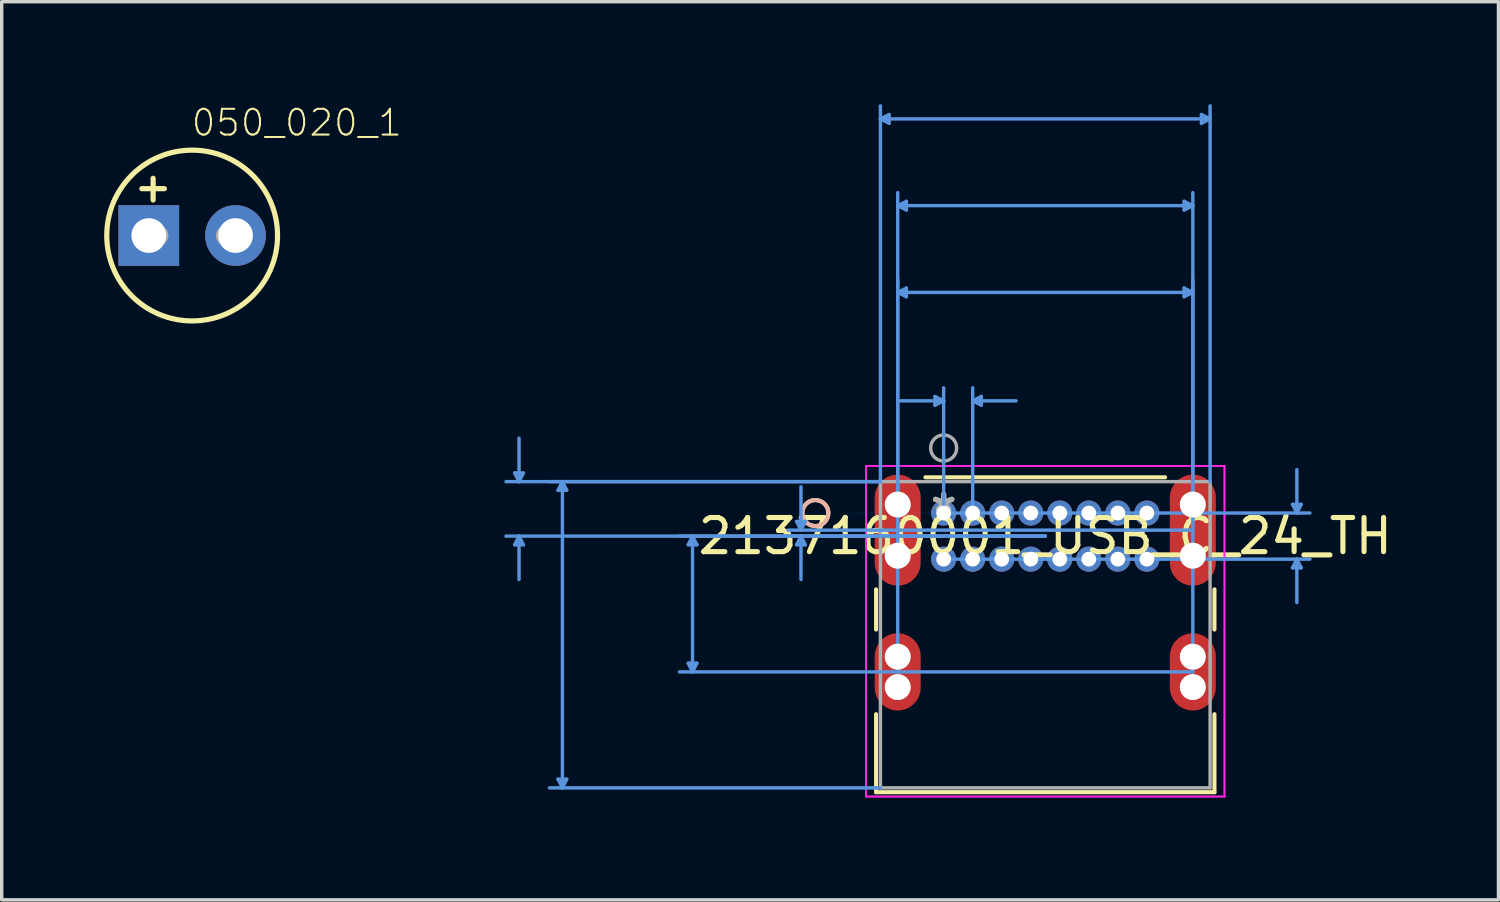
<source format=kicad_pcb>
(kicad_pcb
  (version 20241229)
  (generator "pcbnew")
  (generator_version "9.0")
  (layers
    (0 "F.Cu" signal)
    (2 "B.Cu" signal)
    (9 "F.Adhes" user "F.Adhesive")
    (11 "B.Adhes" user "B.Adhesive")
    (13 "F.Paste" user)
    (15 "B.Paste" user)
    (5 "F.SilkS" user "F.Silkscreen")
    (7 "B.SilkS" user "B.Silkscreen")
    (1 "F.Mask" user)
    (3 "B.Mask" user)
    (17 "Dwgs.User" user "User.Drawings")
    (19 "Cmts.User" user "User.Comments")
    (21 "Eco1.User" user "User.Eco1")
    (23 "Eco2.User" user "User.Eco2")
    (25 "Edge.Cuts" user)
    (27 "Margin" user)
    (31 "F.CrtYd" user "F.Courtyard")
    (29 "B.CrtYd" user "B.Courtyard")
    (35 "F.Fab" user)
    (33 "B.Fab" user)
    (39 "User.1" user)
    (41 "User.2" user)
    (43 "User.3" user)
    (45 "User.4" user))
  (footprint "2137160001_USB_C_24_TH"
    (layer "F.Cu")
    (at 24.578 11.971)
    (property "Reference" "2137160001_USB_C_24_TH" (at 2.975 0.675 0) (layer "F.SilkS") (effects (font (size 1 1) (thickness 0.15))))
    (attr through_hole)
    (fp_line (start -1.978 2.234) (end -1.978 3.411) (stroke (width 0.12) (type solid)) (layer "F.SilkS"))
    (fp_line (start -1.978 5.889) (end -1.978 8.173) (stroke (width 0.12) (type solid)) (layer "F.SilkS"))
    (fp_line (start -1.978 8.173) (end 7.928 8.173) (stroke (width 0.12) (type solid)) (layer "F.SilkS"))
    (fp_line (start 6.484 -1.047) (end -0.534 -1.047) (stroke (width 0.12) (type solid)) (layer "F.SilkS"))
    (fp_line (start 7.928 3.411) (end 7.928 2.234) (stroke (width 0.12) (type solid)) (layer "F.SilkS"))
    (fp_line (start 7.928 8.173) (end 7.928 5.889) (stroke (width 0.12) (type solid)) (layer "F.SilkS"))
    (fp_circle (center -3.756 0) (end -3.375 0) (stroke (width 0.12) (type solid)) (fill no) (layer "F.SilkS"))
    (fp_circle (center -3.756 0) (end -3.375 0) (stroke (width 0.12) (type solid)) (fill no) (layer "B.SilkS"))
    (fp_line (start -12.559 -1.174) (end -12.305 -1.174) (stroke (width 0.1) (type solid)) (layer "Cmts.User"))
    (fp_line (start -12.559 0.929) (end -12.305 0.929) (stroke (width 0.1) (type solid)) (layer "Cmts.User"))
    (fp_line (start -12.432 -0.92) (end -12.559 -1.174) (stroke (width 0.1) (type solid)) (layer "Cmts.User"))
    (fp_line (start -12.432 -0.92) (end -12.432 -2.19) (stroke (width 0.1) (type solid)) (layer "Cmts.User"))
    (fp_line (start -12.432 -0.92) (end -12.305 -1.174) (stroke (width 0.1) (type solid)) (layer "Cmts.User"))
    (fp_line (start -12.432 0.675) (end -12.559 0.929) (stroke (width 0.1) (type solid)) (layer "Cmts.User"))
    (fp_line (start -12.432 0.675) (end -12.432 1.945) (stroke (width 0.1) (type solid)) (layer "Cmts.User"))
    (fp_line (start -12.432 0.675) (end -12.305 0.929) (stroke (width 0.1) (type solid)) (layer "Cmts.User"))
    (fp_line (start -11.289 -0.666) (end -11.035 -0.666) (stroke (width 0.1) (type solid)) (layer "Cmts.User"))
    (fp_line (start -11.289 7.792) (end -11.035 7.792) (stroke (width 0.1) (type solid)) (layer "Cmts.User"))
    (fp_line (start -11.162 -0.92) (end -11.289 -0.666) (stroke (width 0.1) (type solid)) (layer "Cmts.User"))
    (fp_line (start -11.162 -0.92) (end -11.162 8.046) (stroke (width 0.1) (type solid)) (layer "Cmts.User"))
    (fp_line (start -11.162 -0.92) (end -11.035 -0.666) (stroke (width 0.1) (type solid)) (layer "Cmts.User"))
    (fp_line (start -11.162 8.046) (end -11.289 7.792) (stroke (width 0.1) (type solid)) (layer "Cmts.User"))
    (fp_line (start -11.162 8.046) (end -11.035 7.792) (stroke (width 0.1) (type solid)) (layer "Cmts.User"))
    (fp_line (start -7.479 0.929) (end -7.225 0.929) (stroke (width 0.1) (type solid)) (layer "Cmts.User"))
    (fp_line (start -7.479 4.396) (end -7.225 4.396) (stroke (width 0.1) (type solid)) (layer "Cmts.User"))
    (fp_line (start -7.352 0.675) (end -7.479 0.929) (stroke (width 0.1) (type solid)) (layer "Cmts.User"))
    (fp_line (start -7.352 0.675) (end -7.352 4.65) (stroke (width 0.1) (type solid)) (layer "Cmts.User"))
    (fp_line (start -7.352 0.675) (end -7.225 0.929) (stroke (width 0.1) (type solid)) (layer "Cmts.User"))
    (fp_line (start -7.352 4.65) (end -7.479 4.396) (stroke (width 0.1) (type solid)) (layer "Cmts.User"))
    (fp_line (start -7.352 4.65) (end -7.225 4.396) (stroke (width 0.1) (type solid)) (layer "Cmts.User"))
    (fp_line (start -4.304 0.246) (end -4.05 0.246) (stroke (width 0.1) (type solid)) (layer "Cmts.User"))
    (fp_line (start -4.304 0.929) (end -4.05 0.929) (stroke (width 0.1) (type solid)) (layer "Cmts.User"))
    (fp_line (start -4.177 0.5) (end -4.304 0.246) (stroke (width 0.1) (type solid)) (layer "Cmts.User"))
    (fp_line (start -4.177 0.5) (end -4.177 -0.77) (stroke (width 0.1) (type solid)) (layer "Cmts.User"))
    (fp_line (start -4.177 0.5) (end -4.05 0.246) (stroke (width 0.1) (type solid)) (layer "Cmts.User"))
    (fp_line (start -4.177 0.675) (end -4.304 0.929) (stroke (width 0.1) (type solid)) (layer "Cmts.User"))
    (fp_line (start -4.177 0.675) (end -4.177 1.945) (stroke (width 0.1) (type solid)) (layer "Cmts.User"))
    (fp_line (start -4.177 0.675) (end -4.05 0.929) (stroke (width 0.1) (type solid)) (layer "Cmts.User"))
    (fp_line (start -1.851 -11.54) (end -1.597 -11.667) (stroke (width 0.1) (type solid)) (layer "Cmts.User"))
    (fp_line (start -1.851 -11.54) (end -1.597 -11.413) (stroke (width 0.1) (type solid)) (layer "Cmts.User"))
    (fp_line (start -1.851 -11.54) (end 7.801 -11.54) (stroke (width 0.1) (type solid)) (layer "Cmts.User"))
    (fp_line (start -1.851 -0.92) (end -12.813 -0.92) (stroke (width 0.1) (type solid)) (layer "Cmts.User"))
    (fp_line (start -1.851 -0.92) (end -11.543 -0.92) (stroke (width 0.1) (type solid)) (layer "Cmts.User"))
    (fp_line (start -1.851 -0.92) (end -1.851 -11.921) (stroke (width 0.1) (type solid)) (layer "Cmts.User"))
    (fp_line (start -1.851 8.046) (end -11.543 8.046) (stroke (width 0.1) (type solid)) (layer "Cmts.User"))
    (fp_line (start -1.597 -11.667) (end -1.597 -11.413) (stroke (width 0.1) (type solid)) (layer "Cmts.User"))
    (fp_line (start -1.345 -9) (end -1.091 -9.127) (stroke (width 0.1) (type solid)) (layer "Cmts.User"))
    (fp_line (start -1.345 -9) (end -1.091 -8.873) (stroke (width 0.1) (type solid)) (layer "Cmts.User"))
    (fp_line (start -1.345 -9) (end 7.295 -9) (stroke (width 0.1) (type solid)) (layer "Cmts.User"))
    (fp_line (start -1.345 -6.46) (end -1.091 -6.587) (stroke (width 0.1) (type solid)) (layer "Cmts.User"))
    (fp_line (start -1.345 -6.46) (end -1.091 -6.333) (stroke (width 0.1) (type solid)) (layer "Cmts.User"))
    (fp_line (start -1.345 -6.46) (end 7.295 -6.46) (stroke (width 0.1) (type solid)) (layer "Cmts.User"))
    (fp_line (start -1.345 0.5) (end -1.345 -9.381) (stroke (width 0.1) (type solid)) (layer "Cmts.User"))
    (fp_line (start -1.345 4.65) (end -1.345 -6.841) (stroke (width 0.1) (type solid)) (layer "Cmts.User"))
    (fp_line (start -1.091 -9.127) (end -1.091 -8.873) (stroke (width 0.1) (type solid)) (layer "Cmts.User"))
    (fp_line (start -1.091 -6.587) (end -1.091 -6.333) (stroke (width 0.1) (type solid)) (layer "Cmts.User"))
    (fp_line (start -0.254 -3.412) (end -0.254 -3.158) (stroke (width 0.1) (type solid)) (layer "Cmts.User"))
    (fp_line (start 0 -3.285) (end -1.27 -3.285) (stroke (width 0.1) (type solid)) (layer "Cmts.User"))
    (fp_line (start 0 -3.285) (end -0.254 -3.412) (stroke (width 0.1) (type solid)) (layer "Cmts.User"))
    (fp_line (start 0 -3.285) (end -0.254 -3.158) (stroke (width 0.1) (type solid)) (layer "Cmts.User"))
    (fp_line (start 0 0) (end 0 -3.666) (stroke (width 0.1) (type solid)) (layer "Cmts.User"))
    (fp_line (start 0 0) (end 10.722 0) (stroke (width 0.1) (type solid)) (layer "Cmts.User"))
    (fp_line (start 0 1.35) (end 10.722 1.35) (stroke (width 0.1) (type solid)) (layer "Cmts.User"))
    (fp_line (start 0.85 -3.285) (end 1.104 -3.412) (stroke (width 0.1) (type solid)) (layer "Cmts.User"))
    (fp_line (start 0.85 -3.285) (end 1.104 -3.158) (stroke (width 0.1) (type solid)) (layer "Cmts.User"))
    (fp_line (start 0.85 -3.285) (end 2.12 -3.285) (stroke (width 0.1) (type solid)) (layer "Cmts.User"))
    (fp_line (start 0.85 0) (end 0.85 -3.666) (stroke (width 0.1) (type solid)) (layer "Cmts.User"))
    (fp_line (start 1.104 -3.412) (end 1.104 -3.158) (stroke (width 0.1) (type solid)) (layer "Cmts.User"))
    (fp_line (start 2.975 0.675) (end -12.813 0.675) (stroke (width 0.1) (type solid)) (layer "Cmts.User"))
    (fp_line (start 2.975 0.675) (end -7.733 0.675) (stroke (width 0.1) (type solid)) (layer "Cmts.User"))
    (fp_line (start 2.975 0.675) (end -4.558 0.675) (stroke (width 0.1) (type solid)) (layer "Cmts.User"))
    (fp_line (start 7.041 -9.127) (end 7.041 -8.873) (stroke (width 0.1) (type solid)) (layer "Cmts.User"))
    (fp_line (start 7.041 -6.587) (end 7.041 -6.333) (stroke (width 0.1) (type solid)) (layer "Cmts.User"))
    (fp_line (start 7.295 -9) (end 7.041 -9.127) (stroke (width 0.1) (type solid)) (layer "Cmts.User"))
    (fp_line (start 7.295 -9) (end 7.041 -8.873) (stroke (width 0.1) (type solid)) (layer "Cmts.User"))
    (fp_line (start 7.295 -6.46) (end 7.041 -6.587) (stroke (width 0.1) (type solid)) (layer "Cmts.User"))
    (fp_line (start 7.295 -6.46) (end 7.041 -6.333) (stroke (width 0.1) (type solid)) (layer "Cmts.User"))
    (fp_line (start 7.295 0.5) (end -4.558 0.5) (stroke (width 0.1) (type solid)) (layer "Cmts.User"))
    (fp_line (start 7.295 0.5) (end 7.295 -9.381) (stroke (width 0.1) (type solid)) (layer "Cmts.User"))
    (fp_line (start 7.295 4.65) (end -7.733 4.65) (stroke (width 0.1) (type solid)) (layer "Cmts.User"))
    (fp_line (start 7.295 4.65) (end 7.295 -6.841) (stroke (width 0.1) (type solid)) (layer "Cmts.User"))
    (fp_line (start 7.547 -11.667) (end 7.547 -11.413) (stroke (width 0.1) (type solid)) (layer "Cmts.User"))
    (fp_line (start 7.801 -11.54) (end 7.547 -11.667) (stroke (width 0.1) (type solid)) (layer "Cmts.User"))
    (fp_line (start 7.801 -11.54) (end 7.547 -11.413) (stroke (width 0.1) (type solid)) (layer "Cmts.User"))
    (fp_line (start 7.801 -0.92) (end 7.801 -11.921) (stroke (width 0.1) (type solid)) (layer "Cmts.User"))
    (fp_line (start 10.214 -0.254) (end 10.468 -0.254) (stroke (width 0.1) (type solid)) (layer "Cmts.User"))
    (fp_line (start 10.214 1.604) (end 10.468 1.604) (stroke (width 0.1) (type solid)) (layer "Cmts.User"))
    (fp_line (start 10.341 0) (end 10.214 -0.254) (stroke (width 0.1) (type solid)) (layer "Cmts.User"))
    (fp_line (start 10.341 0) (end 10.341 -1.27) (stroke (width 0.1) (type solid)) (layer "Cmts.User"))
    (fp_line (start 10.341 0) (end 10.468 -0.254) (stroke (width 0.1) (type solid)) (layer "Cmts.User"))
    (fp_line (start 10.341 1.35) (end 10.214 1.604) (stroke (width 0.1) (type solid)) (layer "Cmts.User"))
    (fp_line (start 10.341 1.35) (end 10.341 2.62) (stroke (width 0.1) (type solid)) (layer "Cmts.User"))
    (fp_line (start 10.341 1.35) (end 10.468 1.604) (stroke (width 0.1) (type solid)) (layer "Cmts.User"))
    (fp_line (start -2.272 -1.38) (end -2.272 8.3) (stroke (width 0.05) (type solid)) (layer "F.CrtYd"))
    (fp_line (start -2.272 -1.38) (end -2.272 8.3) (stroke (width 0.05) (type solid)) (layer "F.CrtYd"))
    (fp_line (start -2.272 8.3) (end 8.222 8.3) (stroke (width 0.05) (type solid)) (layer "F.CrtYd"))
    (fp_line (start -2.272 8.3) (end 8.222 8.3) (stroke (width 0.05) (type solid)) (layer "F.CrtYd"))
    (fp_line (start 8.222 -1.38) (end -2.272 -1.38) (stroke (width 0.05) (type solid)) (layer "F.CrtYd"))
    (fp_line (start 8.222 -1.38) (end -2.272 -1.38) (stroke (width 0.05) (type solid)) (layer "F.CrtYd"))
    (fp_line (start 8.222 8.3) (end 8.222 -1.38) (stroke (width 0.05) (type solid)) (layer "F.CrtYd"))
    (fp_line (start 8.222 8.3) (end 8.222 -1.38) (stroke (width 0.05) (type solid)) (layer "F.CrtYd"))
    (fp_line (start -1.851 -0.92) (end -1.851 8.046) (stroke (width 0.1) (type solid)) (layer "F.Fab"))
    (fp_line (start -1.851 8.046) (end 7.801 8.046) (stroke (width 0.1) (type solid)) (layer "F.Fab"))
    (fp_line (start 7.801 -0.92) (end -1.851 -0.92) (stroke (width 0.1) (type solid)) (layer "F.Fab"))
    (fp_line (start 7.801 8.046) (end 7.801 -0.92) (stroke (width 0.1) (type solid)) (layer "F.Fab"))
    (fp_circle (center 0 -1.905) (end 0.381 -1.905) (stroke (width 0.1) (type solid)) (fill no) (layer "F.Fab"))
    (fp_text user "*" (at 0 0 0) (layer "F.SilkS") (effects (font (size 1 1) (thickness 0.15))))
    (fp_text user "Copyright 2021 Accelerated Designs. All rights reserved." (at 0 0 0) (layer "Cmts.User") (effects (font (size 0.127 0.127) (thickness 0.002))))
    (fp_text user "*" (at 0 0 0) (layer "F.Fab") (effects (font (size 1 1) (thickness 0.15))))
    (pad "" np_thru_hole circle (at -1.345 4.206) (size 0.762 0.762) (drill 0.762) (layers "*.Cu" "*.Mask"))
    (pad "" np_thru_hole circle (at -1.345 5.095) (size 0.762 0.762) (drill 0.762) (layers "*.Cu" "*.Mask"))
    (pad "" np_thru_hole circle (at -1.345 -0.249) (size 0.762 0.762) (drill 0.762) (layers "*.Cu" "*.Mask"))
    (pad "" np_thru_hole circle (at -1.345 1.249) (size 0.762 0.762) (drill 0.762) (layers "*.Cu" "*.Mask"))
    (pad "" np_thru_hole circle (at 7.295 -0.249) (size 0.762 0.762) (drill 0.762) (layers "*.Cu" "*.Mask"))
    (pad "" np_thru_hole circle (at 7.295 1.249) (size 0.762 0.762) (drill 0.762) (layers "*.Cu" "*.Mask"))
    (pad "" np_thru_hole circle (at 7.295 4.206) (size 0.762 0.762) (drill 0.762) (layers "*.Cu" "*.Mask"))
    (pad "" np_thru_hole circle (at 7.295 5.095) (size 0.762 0.762) (drill 0.762) (layers "*.Cu" "*.Mask"))
    (pad "17" smd oval (at -1.345 0.5) (size 1.346 3.251) (layers "F.Cu" "F.Mask" "F.Paste"))
    (pad "18" smd oval (at 7.295 0.5) (size 1.346 3.251) (layers "F.Cu" "F.Mask" "F.Paste"))
    (pad "19" smd oval (at -1.345 4.65) (size 1.346 2.261) (layers "F.Cu" "F.Mask" "F.Paste"))
    (pad "20" smd oval (at 7.295 4.65) (size 1.346 2.261) (layers "F.Cu" "F.Mask" "F.Paste"))
    (pad "A1" thru_hole circle (at 0 0) (size 0.737 0.737) (drill 0.432) (layers "*.Cu" "*.Mask"))
    (pad "A4" thru_hole circle (at 0.85 0) (size 0.737 0.737) (drill 0.432) (layers "*.Cu" "*.Mask"))
    (pad "A5" thru_hole circle (at 1.7 0) (size 0.737 0.737) (drill 0.432) (layers "*.Cu" "*.Mask"))
    (pad "A6" thru_hole circle (at 2.55 0) (size 0.737 0.737) (drill 0.432) (layers "*.Cu" "*.Mask"))
    (pad "A7" thru_hole circle (at 3.4 0) (size 0.737 0.737) (drill 0.432) (layers "*.Cu" "*.Mask"))
    (pad "A8" thru_hole circle (at 4.25 0) (size 0.737 0.737) (drill 0.432) (layers "*.Cu" "*.Mask"))
    (pad "A9" thru_hole circle (at 5.1 0) (size 0.737 0.737) (drill 0.432) (layers "*.Cu" "*.Mask"))
    (pad "A12" thru_hole circle (at 5.95 0) (size 0.737 0.737) (drill 0.432) (layers "*.Cu" "*.Mask"))
    (pad "B1" thru_hole circle (at 5.95 1.35) (size 0.737 0.737) (drill 0.432) (layers "*.Cu" "*.Mask"))
    (pad "B4" thru_hole circle (at 5.1 1.35) (size 0.737 0.737) (drill 0.432) (layers "*.Cu" "*.Mask"))
    (pad "B5" thru_hole circle (at 4.25 1.35) (size 0.737 0.737) (drill 0.432) (layers "*.Cu" "*.Mask"))
    (pad "B6" thru_hole circle (at 3.4 1.35) (size 0.737 0.737) (drill 0.432) (layers "*.Cu" "*.Mask"))
    (pad "B7" thru_hole circle (at 2.55 1.35) (size 0.737 0.737) (drill 0.432) (layers "*.Cu" "*.Mask"))
    (pad "B8" thru_hole circle (at 1.7 1.35) (size 0.737 0.737) (drill 0.432) (layers "*.Cu" "*.Mask"))
    (pad "B9" thru_hole circle (at 0.85 1.35) (size 0.737 0.737) (drill 0.432) (layers "*.Cu" "*.Mask"))
    (pad "B12" thru_hole circle (at 0 1.35) (size 0.737 0.737) (drill 0.432) (layers "*.Cu" "*.Mask")))
  (footprint "050_020_1"
    (layer "F.Cu")
    (at 2.576 3.846)
    (property "Reference" "050_020_1" (at -0.064 -3.302 0) (layer "F.SilkS") (effects (font (size 0.754 0.754) (thickness 0.059)) (justify left)))
    (fp_line (start -1.143 -1.676) (end -1.143 -1.041) (stroke (width 0.152) (type solid)) (layer "F.SilkS"))
    (fp_line (start -0.813 -1.372) (end -1.473 -1.372) (stroke (width 0.152) (type solid)) (layer "F.SilkS"))
    (fp_circle (center 0 0) (end 2.5 0) (stroke (width 0.152) (type solid)) (fill no) (layer "F.SilkS"))
    (fp_line (start -1 0) (end -1.25 0) (stroke (width 0.61) (type solid)) (layer "F.Fab"))
    (fp_line (start 1 0) (end 1.25 0) (stroke (width 0.61) (type solid)) (layer "F.Fab"))
    (pad "+" thru_hole rect (at -1.27 0) (size 1.778 1.778) (drill 1.016) (layers "*.Cu" "*.Mask"))
    (pad "-" thru_hole circle (at 1.27 0) (size 1.778 1.778) (drill 1.016) (layers "*.Cu" "*.Mask")))
  (gr_rect
    (start -3 -3)
    (end 40.821 23.296)
    (stroke (width 0.1) (type default))
    (fill no)
    (layer "Edge.Cuts")))
</source>
